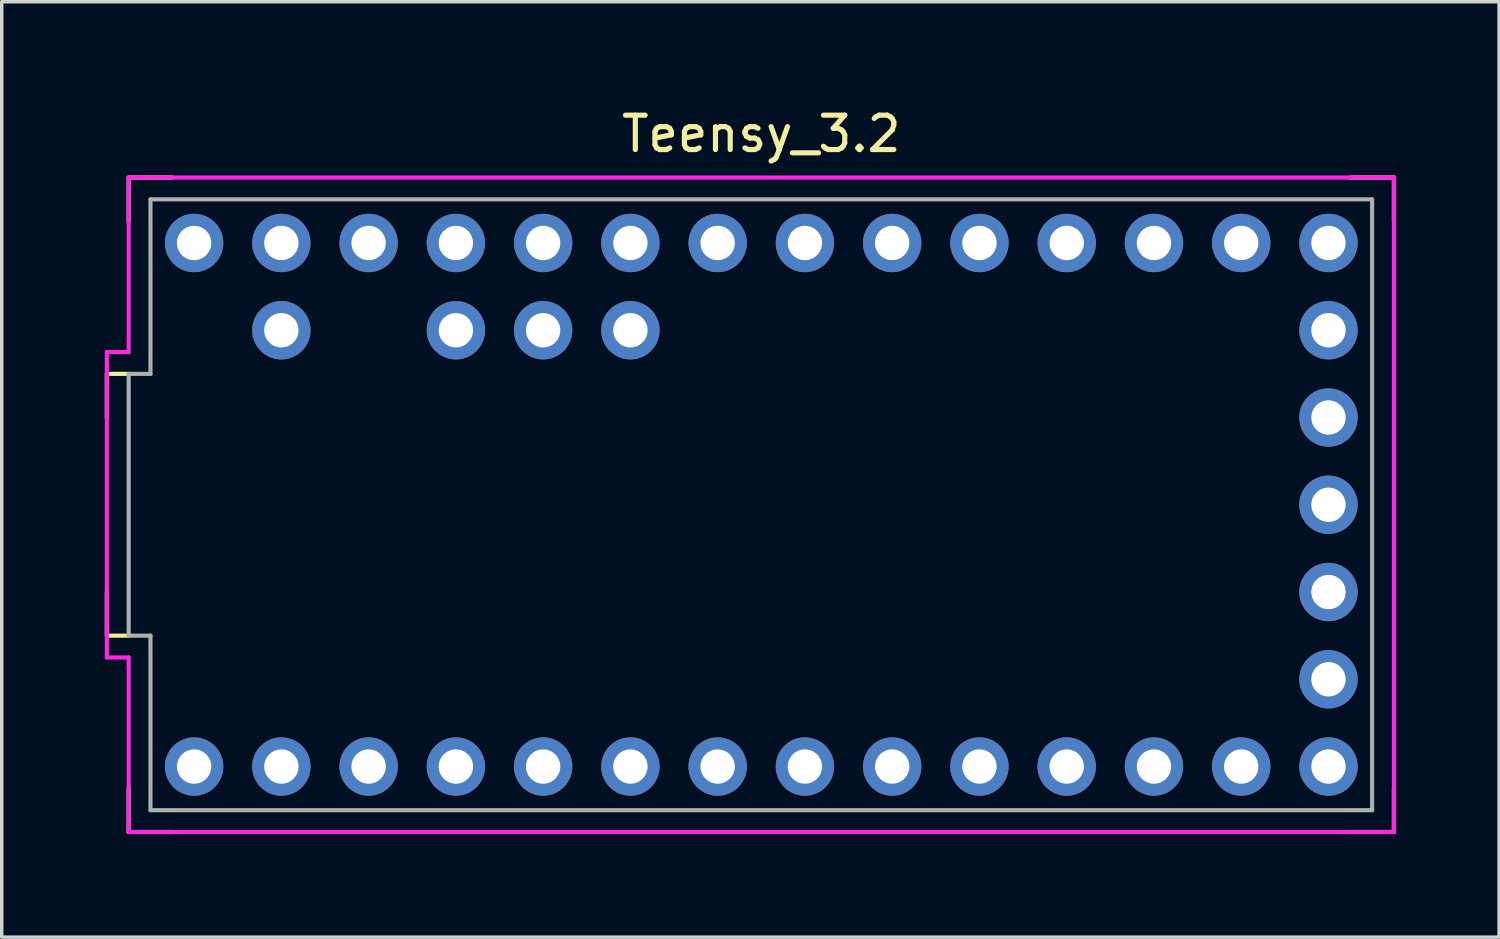
<source format=kicad_pcb>
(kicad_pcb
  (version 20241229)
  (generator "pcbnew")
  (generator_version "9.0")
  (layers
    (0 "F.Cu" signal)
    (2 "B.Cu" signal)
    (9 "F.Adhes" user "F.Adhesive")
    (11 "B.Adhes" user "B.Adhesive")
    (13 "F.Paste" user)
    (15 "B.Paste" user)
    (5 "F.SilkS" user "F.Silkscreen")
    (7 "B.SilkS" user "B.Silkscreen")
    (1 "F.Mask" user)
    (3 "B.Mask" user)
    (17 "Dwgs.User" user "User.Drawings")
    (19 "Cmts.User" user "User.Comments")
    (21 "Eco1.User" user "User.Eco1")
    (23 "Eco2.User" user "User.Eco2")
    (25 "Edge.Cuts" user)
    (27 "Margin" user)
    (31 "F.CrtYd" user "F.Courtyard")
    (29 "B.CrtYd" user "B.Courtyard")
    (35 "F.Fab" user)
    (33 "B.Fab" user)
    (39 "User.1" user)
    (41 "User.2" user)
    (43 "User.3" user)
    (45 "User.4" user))
  (footprint "Teensy_3.2"
    (layer "F.Cu")
    (at 19.11 11.643)
    (property "Reference" "Teensy_3.2" (at 0 -10.795 0) (layer "F.SilkS") (effects (font (size 1 1) (thickness 0.15))))
    (attr through_hole)
    (fp_line (start -19.05 -3.81) (end -18.415 -3.81) (stroke (width 0.12) (type solid)) (layer "F.SilkS"))
    (fp_line (start -19.05 -2.54) (end -19.05 -3.81) (stroke (width 0.12) (type solid)) (layer "F.SilkS"))
    (fp_line (start -19.05 3.81) (end -19.05 2.54) (stroke (width 0.12) (type solid)) (layer "F.SilkS"))
    (fp_line (start -18.415 -9.525) (end -17.145 -9.525) (stroke (width 0.12) (type solid)) (layer "F.SilkS"))
    (fp_line (start -18.415 -8.255) (end -18.415 -9.525) (stroke (width 0.12) (type solid)) (layer "F.SilkS"))
    (fp_line (start -18.415 3.81) (end -19.05 3.81) (stroke (width 0.12) (type solid)) (layer "F.SilkS"))
    (fp_line (start -18.415 9.525) (end -18.415 8.255) (stroke (width 0.12) (type solid)) (layer "F.SilkS"))
    (fp_line (start -17.145 9.525) (end -18.415 9.525) (stroke (width 0.12) (type solid)) (layer "F.SilkS"))
    (fp_line (start 17.145 -9.525) (end 18.415 -9.525) (stroke (width 0.12) (type solid)) (layer "F.SilkS"))
    (fp_line (start 18.415 -9.525) (end 18.415 -8.255) (stroke (width 0.12) (type solid)) (layer "F.SilkS"))
    (fp_line (start 18.415 8.255) (end 18.415 9.525) (stroke (width 0.12) (type solid)) (layer "F.SilkS"))
    (fp_line (start 18.415 9.525) (end 17.145 9.525) (stroke (width 0.12) (type solid)) (layer "F.SilkS"))
    (fp_line (start -19.05 -4.445) (end -18.415 -4.445) (stroke (width 0.12) (type solid)) (layer "F.CrtYd"))
    (fp_line (start -19.05 4.445) (end -19.05 -4.445) (stroke (width 0.12) (type solid)) (layer "F.CrtYd"))
    (fp_line (start -18.415 -9.525) (end 18.415 -9.525) (stroke (width 0.12) (type solid)) (layer "F.CrtYd"))
    (fp_line (start -18.415 -4.445) (end -18.415 -9.525) (stroke (width 0.12) (type solid)) (layer "F.CrtYd"))
    (fp_line (start -18.415 4.445) (end -19.05 4.445) (stroke (width 0.12) (type solid)) (layer "F.CrtYd"))
    (fp_line (start -18.415 9.525) (end -18.415 4.445) (stroke (width 0.12) (type solid)) (layer "F.CrtYd"))
    (fp_line (start 18.415 -9.525) (end 18.415 9.525) (stroke (width 0.12) (type solid)) (layer "F.CrtYd"))
    (fp_line (start 18.415 9.525) (end -18.415 9.525) (stroke (width 0.12) (type solid)) (layer "F.CrtYd"))
    (fp_line (start -18.415 -3.81) (end -17.78 -3.81) (stroke (width 0.12) (type solid)) (layer "F.Fab"))
    (fp_line (start -18.415 3.81) (end -18.415 -3.81) (stroke (width 0.12) (type solid)) (layer "F.Fab"))
    (fp_line (start -17.78 -8.89) (end 17.78 -8.89) (stroke (width 0.12) (type solid)) (layer "F.Fab"))
    (fp_line (start -17.78 -3.81) (end -17.78 -8.89) (stroke (width 0.12) (type solid)) (layer "F.Fab"))
    (fp_line (start -17.78 3.81) (end -18.415 3.81) (stroke (width 0.12) (type solid)) (layer "F.Fab"))
    (fp_line (start -17.78 8.89) (end -17.78 3.81) (stroke (width 0.12) (type solid)) (layer "F.Fab"))
    (fp_line (start 17.78 -8.89) (end 17.78 8.89) (stroke (width 0.12) (type solid)) (layer "F.Fab"))
    (fp_line (start 17.78 8.89) (end -17.78 8.89) (stroke (width 0.12) (type solid)) (layer "F.Fab"))
    (pad "1" thru_hole circle (at -16.51 7.62) (size 1.7 1.7) (drill 1) (layers "*.Cu" "*.Mask"))
    (pad "2" thru_hole circle (at -13.97 7.62) (size 1.7 1.7) (drill 1) (layers "*.Cu" "*.Mask"))
    (pad "3" thru_hole circle (at -11.43 7.62) (size 1.7 1.7) (drill 1) (layers "*.Cu" "*.Mask"))
    (pad "4" thru_hole circle (at -8.89 7.62) (size 1.7 1.7) (drill 1) (layers "*.Cu" "*.Mask"))
    (pad "5" thru_hole circle (at -6.35 7.62) (size 1.7 1.7) (drill 1) (layers "*.Cu" "*.Mask"))
    (pad "6" thru_hole circle (at -3.81 7.62) (size 1.7 1.7) (drill 1) (layers "*.Cu" "*.Mask"))
    (pad "7" thru_hole circle (at -1.27 7.62) (size 1.7 1.7) (drill 1) (layers "*.Cu" "*.Mask"))
    (pad "8" thru_hole circle (at 1.27 7.62) (size 1.7 1.7) (drill 1) (layers "*.Cu" "*.Mask"))
    (pad "9" thru_hole circle (at 3.81 7.62) (size 1.7 1.7) (drill 1) (layers "*.Cu" "*.Mask"))
    (pad "10" thru_hole circle (at 6.35 7.62) (size 1.7 1.7) (drill 1) (layers "*.Cu" "*.Mask"))
    (pad "11" thru_hole circle (at 8.89 7.62) (size 1.7 1.7) (drill 1) (layers "*.Cu" "*.Mask"))
    (pad "12" thru_hole circle (at 11.43 7.62) (size 1.7 1.7) (drill 1) (layers "*.Cu" "*.Mask"))
    (pad "13" thru_hole circle (at 13.97 7.62) (size 1.7 1.7) (drill 1) (layers "*.Cu" "*.Mask"))
    (pad "14" thru_hole circle (at 16.51 7.62) (size 1.7 1.7) (drill 1) (layers "*.Cu" "*.Mask"))
    (pad "15" thru_hole circle (at 16.51 5.08) (size 1.7 1.7) (drill 1) (layers "*.Cu" "*.Mask"))
    (pad "16" thru_hole circle (at 16.51 2.54) (size 1.7 1.7) (drill 1) (layers "*.Cu" "*.Mask"))
    (pad "17" thru_hole circle (at 16.51 0) (size 1.7 1.7) (drill 1) (layers "*.Cu" "*.Mask"))
    (pad "18" thru_hole circle (at 16.51 -2.54) (size 1.7 1.7) (drill 1) (layers "*.Cu" "*.Mask"))
    (pad "19" thru_hole circle (at 16.51 -5.08) (size 1.7 1.7) (drill 1) (layers "*.Cu" "*.Mask"))
    (pad "20" thru_hole circle (at 16.51 -7.62) (size 1.7 1.7) (drill 1) (layers "*.Cu" "*.Mask"))
    (pad "21" thru_hole circle (at 13.97 -7.62) (size 1.7 1.7) (drill 1) (layers "*.Cu" "*.Mask"))
    (pad "22" thru_hole circle (at 11.43 -7.62) (size 1.7 1.7) (drill 1) (layers "*.Cu" "*.Mask"))
    (pad "23" thru_hole circle (at 8.89 -7.62) (size 1.7 1.7) (drill 1) (layers "*.Cu" "*.Mask"))
    (pad "24" thru_hole circle (at 6.35 -7.62) (size 1.7 1.7) (drill 1) (layers "*.Cu" "*.Mask"))
    (pad "25" thru_hole circle (at 3.81 -7.62) (size 1.7 1.7) (drill 1) (layers "*.Cu" "*.Mask"))
    (pad "26" thru_hole circle (at 1.27 -7.62) (size 1.7 1.7) (drill 1) (layers "*.Cu" "*.Mask"))
    (pad "27" thru_hole circle (at -1.27 -7.62) (size 1.7 1.7) (drill 1) (layers "*.Cu" "*.Mask"))
    (pad "28" thru_hole circle (at -3.81 -7.62) (size 1.7 1.7) (drill 1) (layers "*.Cu" "*.Mask"))
    (pad "29" thru_hole circle (at -6.35 -7.62) (size 1.7 1.7) (drill 1) (layers "*.Cu" "*.Mask"))
    (pad "30" thru_hole circle (at -8.89 -7.62) (size 1.7 1.7) (drill 1) (layers "*.Cu" "*.Mask"))
    (pad "31" thru_hole circle (at -11.43 -7.62) (size 1.7 1.7) (drill 1) (layers "*.Cu" "*.Mask"))
    (pad "32" thru_hole circle (at -13.97 -7.62) (size 1.7 1.7) (drill 1) (layers "*.Cu" "*.Mask"))
    (pad "33" thru_hole circle (at -16.51 -7.62) (size 1.7 1.7) (drill 1) (layers "*.Cu" "*.Mask"))
    (pad "34" thru_hole circle (at -13.97 -5.08) (size 1.7 1.7) (drill 1) (layers "*.Cu" "*.Mask"))
    (pad "35" thru_hole circle (at -8.89 -5.08) (size 1.7 1.7) (drill 1) (layers "*.Cu" "*.Mask"))
    (pad "36" thru_hole circle (at -6.35 -5.08) (size 1.7 1.7) (drill 1) (layers "*.Cu" "*.Mask"))
    (pad "37" thru_hole circle (at -3.81 -5.08) (size 1.7 1.7) (drill 1) (layers "*.Cu" "*.Mask")))
  (gr_rect
    (start -3 -3)
    (end 40.585 24.228)
    (stroke (width 0.1) (type default))
    (fill no)
    (layer "Edge.Cuts")))
</source>
